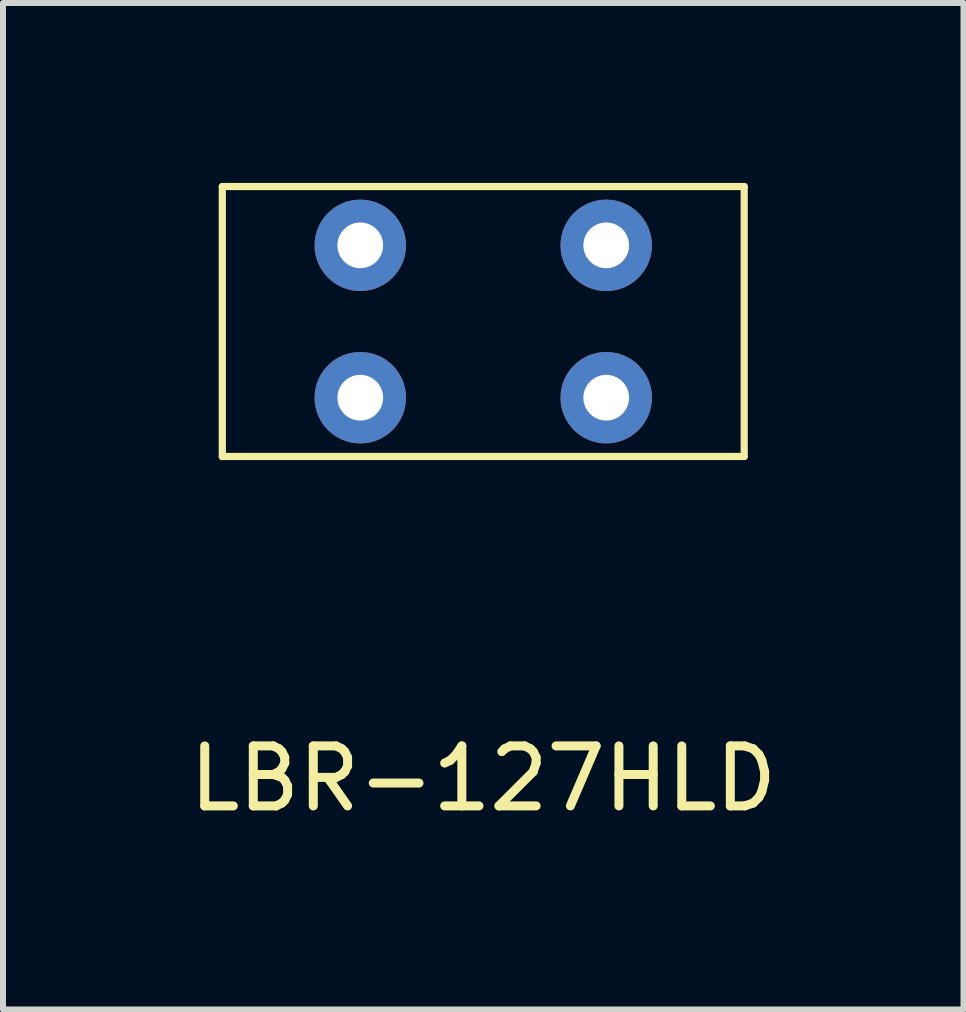
<source format=kicad_pcb>
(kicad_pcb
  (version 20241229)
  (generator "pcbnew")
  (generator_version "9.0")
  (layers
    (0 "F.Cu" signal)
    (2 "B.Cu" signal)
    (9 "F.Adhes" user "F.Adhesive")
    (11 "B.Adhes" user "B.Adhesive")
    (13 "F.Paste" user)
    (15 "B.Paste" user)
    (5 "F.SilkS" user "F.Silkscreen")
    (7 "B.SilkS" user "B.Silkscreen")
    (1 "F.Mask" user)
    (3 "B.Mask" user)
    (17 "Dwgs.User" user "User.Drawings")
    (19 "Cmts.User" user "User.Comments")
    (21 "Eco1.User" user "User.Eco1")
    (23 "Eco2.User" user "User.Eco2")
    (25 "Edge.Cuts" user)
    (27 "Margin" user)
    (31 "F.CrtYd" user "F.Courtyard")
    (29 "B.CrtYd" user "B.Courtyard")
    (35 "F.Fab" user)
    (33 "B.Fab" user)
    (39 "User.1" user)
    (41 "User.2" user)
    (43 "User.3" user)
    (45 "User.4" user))
  (footprint "LBR-127HLD"
    (layer "F.Cu")
    (at 5.006 2.31)
    (property "Reference" "LBR-127HLD" (at 0 7.62 0) (layer "F.SilkS") (effects (font (size 1 1) (thickness 0.15))))
    (attr through_hole)
    (fp_line (start -4.35 -2.25) (end -4.35 2.25) (stroke (width 0.12) (type solid)) (layer "F.SilkS"))
    (fp_line (start -4.35 2.25) (end 4.35 2.25) (stroke (width 0.12) (type solid)) (layer "F.SilkS"))
    (fp_line (start 4.35 -2.25) (end -4.35 -2.25) (stroke (width 0.12) (type solid)) (layer "F.SilkS"))
    (fp_line (start 4.35 2.25) (end 4.35 -2.25) (stroke (width 0.12) (type solid)) (layer "F.SilkS"))
    (pad "1" thru_hole circle (at 2.05 -1.27) (size 1.524 1.524) (drill 0.762) (layers "*.Cu" "*.Mask"))
    (pad "2" thru_hole circle (at 2.05 1.27) (size 1.524 1.524) (drill 0.762) (layers "*.Cu" "*.Mask"))
    (pad "3" thru_hole circle (at -2.05 -1.27) (size 1.524 1.524) (drill 0.762) (layers "*.Cu" "*.Mask"))
    (pad "4" thru_hole circle (at -2.05 1.27) (size 1.524 1.524) (drill 0.762) (layers "*.Cu" "*.Mask")))
  (gr_rect
    (start -3 -3)
    (end 13.012 13.778)
    (stroke (width 0.1) (type default))
    (fill no)
    (layer "Edge.Cuts")))
</source>
